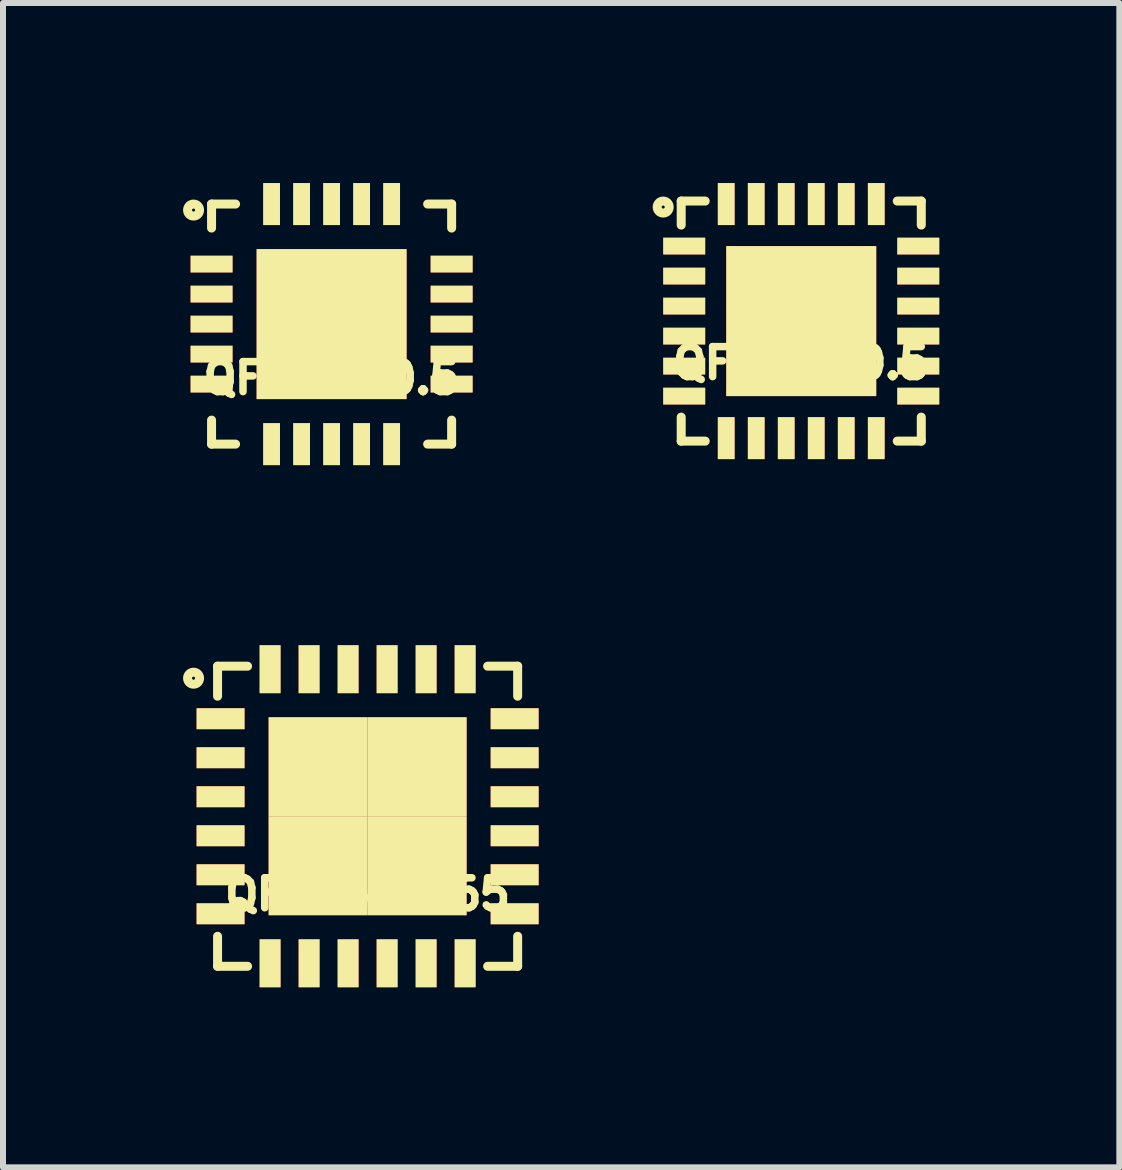
<source format=kicad_pcb>
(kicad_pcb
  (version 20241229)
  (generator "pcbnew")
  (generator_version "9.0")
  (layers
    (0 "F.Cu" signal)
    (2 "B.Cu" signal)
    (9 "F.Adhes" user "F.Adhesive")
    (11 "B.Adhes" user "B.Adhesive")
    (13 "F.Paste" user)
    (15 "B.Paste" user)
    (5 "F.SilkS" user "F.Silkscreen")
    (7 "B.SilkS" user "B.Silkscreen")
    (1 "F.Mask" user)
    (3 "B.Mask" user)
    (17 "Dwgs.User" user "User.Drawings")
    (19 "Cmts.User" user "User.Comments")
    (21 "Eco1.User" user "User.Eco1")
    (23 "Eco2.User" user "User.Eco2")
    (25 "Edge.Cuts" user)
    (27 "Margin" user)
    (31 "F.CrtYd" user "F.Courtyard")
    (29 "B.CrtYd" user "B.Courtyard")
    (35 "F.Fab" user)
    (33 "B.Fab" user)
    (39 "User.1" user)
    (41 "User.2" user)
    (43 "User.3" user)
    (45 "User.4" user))
  (footprint "QFN24-0.65"
    (layer "F.Cu")
    (at 3.075 10.55)
    (property "Reference" "QFN24-0.65" (at 0 1.3 0) (layer "F.SilkS") (effects (font (size 0.5 0.5) (thickness 0.125))))
    (attr smd)
    (fp_line (start -2.5 -2.5) (end -2 -2.5) (stroke (width 0.15) (type solid)) (layer "F.SilkS"))
    (fp_line (start -2.5 -2) (end -2.5 -2.5) (stroke (width 0.15) (type solid)) (layer "F.SilkS"))
    (fp_line (start -2.5 2) (end -2.5 2.5) (stroke (width 0.15) (type solid)) (layer "F.SilkS"))
    (fp_line (start -2.5 2.5) (end -2 2.5) (stroke (width 0.15) (type solid)) (layer "F.SilkS"))
    (fp_line (start 2.5 -2.5) (end 2 -2.5) (stroke (width 0.15) (type solid)) (layer "F.SilkS"))
    (fp_line (start 2.5 -2) (end 2.5 -2.5) (stroke (width 0.15) (type solid)) (layer "F.SilkS"))
    (fp_line (start 2.5 2) (end 2.5 2.5) (stroke (width 0.15) (type solid)) (layer "F.SilkS"))
    (fp_line (start 2.5 2.5) (end 2 2.5) (stroke (width 0.15) (type solid)) (layer "F.SilkS"))
    (fp_circle (center -2.9 -2.3) (end -2.8 -2.3) (stroke (width 0.15) (type solid)) (fill no) (layer "F.SilkS"))
    (pad "1" smd rect (at -2.45 -1.625 90) (size 0.35 0.8) (layers "F.Cu" "F.Mask" "F.SilkS" "F.Paste"))
    (pad "2" smd rect (at -2.45 -0.975 90) (size 0.35 0.8) (layers "F.Cu" "F.Mask" "F.SilkS" "F.Paste"))
    (pad "3" smd rect (at -2.45 -0.325 90) (size 0.35 0.8) (layers "F.Cu" "F.Mask" "F.SilkS" "F.Paste"))
    (pad "4" smd rect (at -2.45 0.325 90) (size 0.35 0.8) (layers "F.Cu" "F.Mask" "F.SilkS" "F.Paste"))
    (pad "5" smd rect (at -2.45 0.975 90) (size 0.35 0.8) (layers "F.Cu" "F.Mask" "F.SilkS" "F.Paste"))
    (pad "6" smd rect (at -2.45 1.625 90) (size 0.35 0.8) (layers "F.Cu" "F.Mask" "F.SilkS" "F.Paste"))
    (pad "7" smd rect (at -1.625 2.45) (size 0.35 0.8) (layers "F.Cu" "F.Mask" "F.SilkS" "F.Paste"))
    (pad "8" smd rect (at -0.975 2.45) (size 0.35 0.8) (layers "F.Cu" "F.Mask" "F.SilkS" "F.Paste"))
    (pad "9" smd rect (at -0.325 2.45) (size 0.35 0.8) (layers "F.Cu" "F.Mask" "F.SilkS" "F.Paste"))
    (pad "10" smd rect (at 0.325 2.45) (size 0.35 0.8) (layers "F.Cu" "F.Mask" "F.SilkS" "F.Paste"))
    (pad "11" smd rect (at 0.975 2.45) (size 0.35 0.8) (layers "F.Cu" "F.Mask" "F.SilkS" "F.Paste"))
    (pad "12" smd rect (at 1.625 2.45) (size 0.35 0.8) (layers "F.Cu" "F.Mask" "F.SilkS" "F.Paste"))
    (pad "13" smd rect (at 2.45 1.625 90) (size 0.35 0.8) (layers "F.Cu" "F.Mask" "F.SilkS" "F.Paste"))
    (pad "14" smd rect (at 2.45 0.975 90) (size 0.35 0.8) (layers "F.Cu" "F.Mask" "F.SilkS" "F.Paste"))
    (pad "15" smd rect (at 2.45 0.325 90) (size 0.35 0.8) (layers "F.Cu" "F.Mask" "F.SilkS" "F.Paste"))
    (pad "16" smd rect (at 2.45 -0.325 90) (size 0.35 0.8) (layers "F.Cu" "F.Mask" "F.SilkS" "F.Paste"))
    (pad "17" smd rect (at 2.45 -0.975 90) (size 0.35 0.8) (layers "F.Cu" "F.Mask" "F.SilkS" "F.Paste"))
    (pad "18" smd rect (at 2.45 -1.625 90) (size 0.35 0.8) (layers "F.Cu" "F.Mask" "F.SilkS" "F.Paste"))
    (pad "19" smd rect (at 1.625 -2.45) (size 0.35 0.8) (layers "F.Cu" "F.Mask" "F.SilkS" "F.Paste"))
    (pad "20" smd rect (at 0.975 -2.45) (size 0.35 0.8) (layers "F.Cu" "F.Mask" "F.SilkS" "F.Paste"))
    (pad "21" smd rect (at 0.325 -2.45) (size 0.35 0.8) (layers "F.Cu" "F.Mask" "F.SilkS" "F.Paste"))
    (pad "22" smd rect (at -0.325 -2.45) (size 0.35 0.8) (layers "F.Cu" "F.Mask" "F.SilkS" "F.Paste"))
    (pad "23" smd rect (at -0.975 -2.45) (size 0.35 0.8) (layers "F.Cu" "F.Mask" "F.SilkS" "F.Paste"))
    (pad "24" smd rect (at -1.625 -2.45) (size 0.35 0.8) (layers "F.Cu" "F.Mask" "F.SilkS" "F.Paste"))
    (pad "25" smd rect (at -0.825 -0.825) (size 1.65 1.65) (layers "F.Cu" "F.Mask" "F.SilkS" "F.Paste"))
    (pad "25" smd rect (at -0.825 0.825) (size 1.65 1.65) (layers "F.Cu" "F.Mask" "F.SilkS" "F.Paste"))
    (pad "25" smd rect (at 0.825 -0.825) (size 1.65 1.65) (layers "F.Cu" "F.Mask" "F.SilkS" "F.Paste"))
    (pad "25" smd rect (at 0.825 0.825) (size 1.65 1.65) (layers "F.Cu" "F.Mask" "F.SilkS" "F.Paste")))
  (footprint "QFN20-0.5"
    (layer "F.Cu")
    (at 2.475 2.35)
    (property "Reference" "QFN20-0.5" (at 0 0.9 0) (layer "F.SilkS") (effects (font (size 0.5 0.5) (thickness 0.125))))
    (attr smd)
    (fp_line (start -2 -2) (end -1.6 -2) (stroke (width 0.15) (type solid)) (layer "F.SilkS"))
    (fp_line (start -2 -1.6) (end -2 -2) (stroke (width 0.15) (type solid)) (layer "F.SilkS"))
    (fp_line (start -2 1.6) (end -2 2) (stroke (width 0.15) (type solid)) (layer "F.SilkS"))
    (fp_line (start -2 2) (end -1.6 2) (stroke (width 0.15) (type solid)) (layer "F.SilkS"))
    (fp_line (start 2 -2) (end 1.6 -2) (stroke (width 0.15) (type solid)) (layer "F.SilkS"))
    (fp_line (start 2 -1.6) (end 2 -2) (stroke (width 0.15) (type solid)) (layer "F.SilkS"))
    (fp_line (start 2 1.6) (end 2 2) (stroke (width 0.15) (type solid)) (layer "F.SilkS"))
    (fp_line (start 2 2) (end 1.6 2) (stroke (width 0.15) (type solid)) (layer "F.SilkS"))
    (fp_circle (center -2.3 -1.9) (end -2.3 -1.8) (stroke (width 0.15) (type solid)) (fill no) (layer "F.SilkS"))
    (pad "1" smd rect (at -2 -1 90) (size 0.28 0.7) (layers "F.Cu" "F.Mask" "F.SilkS" "F.Paste"))
    (pad "2" smd rect (at -2 -0.5 90) (size 0.28 0.7) (layers "F.Cu" "F.Mask" "F.SilkS" "F.Paste"))
    (pad "3" smd rect (at -2 0 90) (size 0.28 0.7) (layers "F.Cu" "F.Mask" "F.SilkS" "F.Paste"))
    (pad "4" smd rect (at -2 0.5 90) (size 0.28 0.7) (layers "F.Cu" "F.Mask" "F.SilkS" "F.Paste"))
    (pad "5" smd rect (at -2 1 90) (size 0.28 0.7) (layers "F.Cu" "F.Mask" "F.SilkS" "F.Paste"))
    (pad "6" smd rect (at -1 2) (size 0.28 0.7) (layers "F.Cu" "F.Mask" "F.SilkS" "F.Paste"))
    (pad "7" smd rect (at -0.5 2) (size 0.28 0.7) (layers "F.Cu" "F.Mask" "F.SilkS" "F.Paste"))
    (pad "8" smd rect (at 0 2) (size 0.28 0.7) (layers "F.Cu" "F.Mask" "F.SilkS" "F.Paste"))
    (pad "9" smd rect (at 0.5 2) (size 0.28 0.7) (layers "F.Cu" "F.Mask" "F.SilkS" "F.Paste"))
    (pad "10" smd rect (at 1 2) (size 0.28 0.7) (layers "F.Cu" "F.Mask" "F.SilkS" "F.Paste"))
    (pad "11" smd rect (at 2 1 90) (size 0.28 0.7) (layers "F.Cu" "F.Mask" "F.SilkS" "F.Paste"))
    (pad "12" smd rect (at 2 0.5 90) (size 0.28 0.7) (layers "F.Cu" "F.Mask" "F.SilkS" "F.Paste"))
    (pad "13" smd rect (at 2 0 90) (size 0.28 0.7) (layers "F.Cu" "F.Mask" "F.SilkS" "F.Paste"))
    (pad "14" smd rect (at 2 -0.5 90) (size 0.28 0.7) (layers "F.Cu" "F.Mask" "F.SilkS" "F.Paste"))
    (pad "15" smd rect (at 2 -1 90) (size 0.28 0.7) (layers "F.Cu" "F.Mask" "F.SilkS" "F.Paste"))
    (pad "16" smd rect (at 1 -2) (size 0.28 0.7) (layers "F.Cu" "F.Mask" "F.SilkS" "F.Paste"))
    (pad "17" smd rect (at 0.5 -2) (size 0.28 0.7) (layers "F.Cu" "F.Mask" "F.SilkS" "F.Paste"))
    (pad "18" smd rect (at 0 -2) (size 0.28 0.7) (layers "F.Cu" "F.Mask" "F.SilkS" "F.Paste"))
    (pad "19" smd rect (at -0.5 -2) (size 0.28 0.7) (layers "F.Cu" "F.Mask" "F.SilkS" "F.Paste"))
    (pad "20" smd rect (at -1 -2) (size 0.28 0.7) (layers "F.Cu" "F.Mask" "F.SilkS" "F.Paste"))
    (pad "21" smd rect (at 0 0) (size 2.5 2.5) (layers "F.Cu" "F.Mask" "F.SilkS" "F.Paste")))
  (footprint "QFN24-0.5"
    (layer "F.Cu")
    (at 10.3 2.3)
    (property "Reference" "QFN24-0.5" (at 0 0.7 0) (layer "F.SilkS") (effects (font (size 0.5 0.5) (thickness 0.125))))
    (attr smd)
    (fp_line (start -2 -2) (end -1.6 -2) (stroke (width 0.15) (type solid)) (layer "F.SilkS"))
    (fp_line (start -2 -1.6) (end -2 -2) (stroke (width 0.15) (type solid)) (layer "F.SilkS"))
    (fp_line (start -2 1.6) (end -2 2) (stroke (width 0.15) (type solid)) (layer "F.SilkS"))
    (fp_line (start -2 2) (end -1.6 2) (stroke (width 0.15) (type solid)) (layer "F.SilkS"))
    (fp_line (start 2 -2) (end 1.6 -2) (stroke (width 0.15) (type solid)) (layer "F.SilkS"))
    (fp_line (start 2 -1.6) (end 2 -2) (stroke (width 0.15) (type solid)) (layer "F.SilkS"))
    (fp_line (start 2 1.6) (end 2 2) (stroke (width 0.15) (type solid)) (layer "F.SilkS"))
    (fp_line (start 2 2) (end 1.6 2) (stroke (width 0.15) (type solid)) (layer "F.SilkS"))
    (fp_circle (center -2.3 -1.9) (end -2.3 -1.8) (stroke (width 0.15) (type solid)) (fill no) (layer "F.SilkS"))
    (pad "1" smd rect (at -1.95 -1.25 90) (size 0.28 0.7) (layers "F.Cu" "F.Mask" "F.SilkS" "F.Paste"))
    (pad "2" smd rect (at -1.95 -0.75 90) (size 0.28 0.7) (layers "F.Cu" "F.Mask" "F.SilkS" "F.Paste"))
    (pad "3" smd rect (at -1.95 -0.25 90) (size 0.28 0.7) (layers "F.Cu" "F.Mask" "F.SilkS" "F.Paste"))
    (pad "4" smd rect (at -1.95 0.25 90) (size 0.28 0.7) (layers "F.Cu" "F.Mask" "F.SilkS" "F.Paste"))
    (pad "5" smd rect (at -1.95 0.75 90) (size 0.28 0.7) (layers "F.Cu" "F.Mask" "F.SilkS" "F.Paste"))
    (pad "6" smd rect (at -1.95 1.25 90) (size 0.28 0.7) (layers "F.Cu" "F.Mask" "F.SilkS" "F.Paste"))
    (pad "7" smd rect (at -1.25 1.95) (size 0.28 0.7) (layers "F.Cu" "F.Mask" "F.SilkS" "F.Paste"))
    (pad "8" smd rect (at -0.75 1.95) (size 0.28 0.7) (layers "F.Cu" "F.Mask" "F.SilkS" "F.Paste"))
    (pad "9" smd rect (at -0.25 1.95) (size 0.28 0.7) (layers "F.Cu" "F.Mask" "F.SilkS" "F.Paste"))
    (pad "10" smd rect (at 0.25 1.95) (size 0.28 0.7) (layers "F.Cu" "F.Mask" "F.SilkS" "F.Paste"))
    (pad "11" smd rect (at 0.75 1.95) (size 0.28 0.7) (layers "F.Cu" "F.Mask" "F.SilkS" "F.Paste"))
    (pad "12" smd rect (at 1.25 1.95) (size 0.28 0.7) (layers "F.Cu" "F.Mask" "F.SilkS" "F.Paste"))
    (pad "13" smd rect (at 1.95 1.25 90) (size 0.28 0.7) (layers "F.Cu" "F.Mask" "F.SilkS" "F.Paste"))
    (pad "14" smd rect (at 1.95 0.75 90) (size 0.28 0.7) (layers "F.Cu" "F.Mask" "F.SilkS" "F.Paste"))
    (pad "15" smd rect (at 1.95 0.25 90) (size 0.28 0.7) (layers "F.Cu" "F.Mask" "F.SilkS" "F.Paste"))
    (pad "16" smd rect (at 1.95 -0.25 90) (size 0.28 0.7) (layers "F.Cu" "F.Mask" "F.SilkS" "F.Paste"))
    (pad "17" smd rect (at 1.95 -0.75 90) (size 0.28 0.7) (layers "F.Cu" "F.Mask" "F.SilkS" "F.Paste"))
    (pad "18" smd rect (at 1.95 -1.25 90) (size 0.28 0.7) (layers "F.Cu" "F.Mask" "F.SilkS" "F.Paste"))
    (pad "19" smd rect (at 1.25 -1.95) (size 0.28 0.7) (layers "F.Cu" "F.Mask" "F.SilkS" "F.Paste"))
    (pad "20" smd rect (at 0.75 -1.95) (size 0.28 0.7) (layers "F.Cu" "F.Mask" "F.SilkS" "F.Paste"))
    (pad "21" smd rect (at 0.25 -1.95) (size 0.28 0.7) (layers "F.Cu" "F.Mask" "F.SilkS" "F.Paste"))
    (pad "22" smd rect (at -0.25 -1.95) (size 0.28 0.7) (layers "F.Cu" "F.Mask" "F.SilkS" "F.Paste"))
    (pad "23" smd rect (at -0.75 -1.95) (size 0.28 0.7) (layers "F.Cu" "F.Mask" "F.SilkS" "F.Paste"))
    (pad "24" smd rect (at -1.25 -1.95) (size 0.28 0.7) (layers "F.Cu" "F.Mask" "F.SilkS" "F.Paste"))
    (pad "25" smd rect (at 0 0) (size 2.5 2.5) (layers "F.Cu" "F.Mask" "F.SilkS" "F.Paste")))
  (gr_rect
    (start -3 -3)
    (end 15.6 16.4)
    (stroke (width 0.1) (type default))
    (fill no)
    (layer "Edge.Cuts")))
</source>
